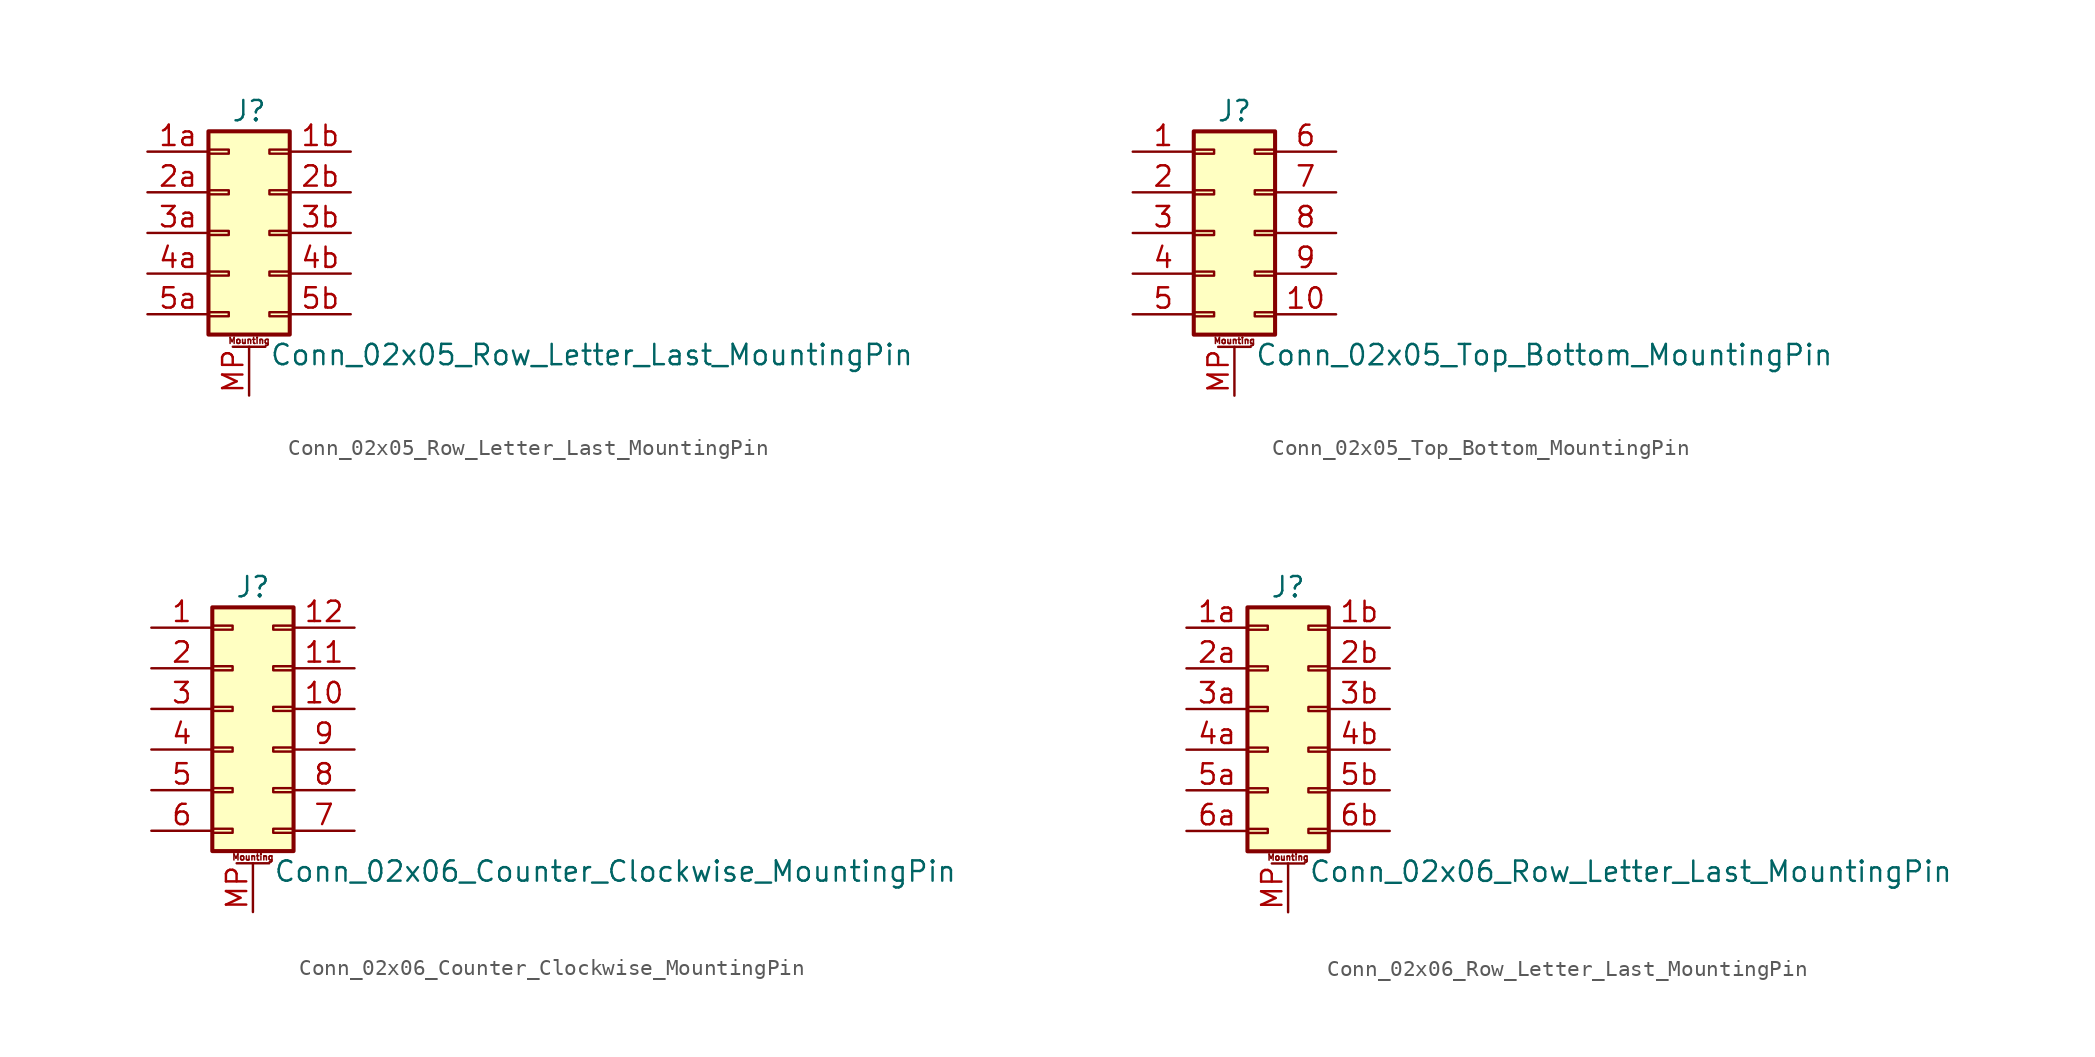
<source format=kicad_sym>
(kicad_symbol_lib
  (version 20220914)
  (generator kicad_symbol_editor)
  (symbol "Conn_02x05_Row_Letter_Last_MountingPin"
    (pin_names
      (offset 1.016) hide)
    (property "Reference" "J"
      (at 1.27 7.62 0)
      (effects (font (size 1.27 1.27))))
    (property "Value" "Conn_02x05_Row_Letter_Last_MountingPin"
      (at 2.54 -7.62 0)
      (effects (font (size 1.27 1.27)) (justify left)))
    (symbol "Conn_02x05_Row_Letter_Last_MountingPin_1_1"
      (rectangle (start -1.27 -4.953) (end 0 -5.207) (stroke (width 0.152) (type default)) (fill (type none)))
      (rectangle (start -1.27 -2.413) (end 0 -2.667) (stroke (width 0.152) (type default)) (fill (type none)))
      (rectangle (start -1.27 0.127) (end 0 -0.127) (stroke (width 0.152) (type default)) (fill (type none)))
      (rectangle (start -1.27 2.667) (end 0 2.413) (stroke (width 0.152) (type default)) (fill (type none)))
      (rectangle (start -1.27 5.207) (end 0 4.953) (stroke (width 0.152) (type default)) (fill (type none)))
      (rectangle (start -1.27 6.35) (end 3.81 -6.35) (stroke (width 0.254) (type default)) (fill (type background)))
      (polyline (pts (xy 0.254 -7.112) (xy 2.286 -7.112)) (stroke (width 0.152) (type default)) (fill (type none)))
      (rectangle (start 3.81 -4.953) (end 2.54 -5.207) (stroke (width 0.152) (type default)) (fill (type none)))
      (rectangle (start 3.81 -2.413) (end 2.54 -2.667) (stroke (width 0.152) (type default)) (fill (type none)))
      (rectangle (start 3.81 0.127) (end 2.54 -0.127) (stroke (width 0.152) (type default)) (fill (type none)))
      (rectangle (start 3.81 2.667) (end 2.54 2.413) (stroke (width 0.152) (type default)) (fill (type none)))
      (rectangle (start 3.81 5.207) (end 2.54 4.953) (stroke (width 0.152) (type default)) (fill (type none)))
      (text "Mounting" (at 1.27 -6.731 0) (effects (font (size 0.381 0.381))))
      (pin passive line (at -5.08 5.08 0) (length 3.81) (name "Pin_1a" (effects (font (size 1.27 1.27)))) (number "1a" (effects (font (size 1.27 1.27)))))
      (pin passive line (at 7.62 5.08 180) (length 3.81) (name "Pin_1b" (effects (font (size 1.27 1.27)))) (number "1b" (effects (font (size 1.27 1.27)))))
      (pin passive line (at -5.08 2.54 0) (length 3.81) (name "Pin_2a" (effects (font (size 1.27 1.27)))) (number "2a" (effects (font (size 1.27 1.27)))))
      (pin passive line (at 7.62 2.54 180) (length 3.81) (name "Pin_2b" (effects (font (size 1.27 1.27)))) (number "2b" (effects (font (size 1.27 1.27)))))
      (pin passive line (at -5.08 0 0) (length 3.81) (name "Pin_3a" (effects (font (size 1.27 1.27)))) (number "3a" (effects (font (size 1.27 1.27)))))
      (pin passive line (at 7.62 0 180) (length 3.81) (name "Pin_3b" (effects (font (size 1.27 1.27)))) (number "3b" (effects (font (size 1.27 1.27)))))
      (pin passive line (at -5.08 -2.54 0) (length 3.81) (name "Pin_4a" (effects (font (size 1.27 1.27)))) (number "4a" (effects (font (size 1.27 1.27)))))
      (pin passive line (at 7.62 -2.54 180) (length 3.81) (name "Pin_4b" (effects (font (size 1.27 1.27)))) (number "4b" (effects (font (size 1.27 1.27)))))
      (pin passive line (at -5.08 -5.08 0) (length 3.81) (name "Pin_5a" (effects (font (size 1.27 1.27)))) (number "5a" (effects (font (size 1.27 1.27)))))
      (pin passive line (at 7.62 -5.08 180) (length 3.81) (name "Pin_5b" (effects (font (size 1.27 1.27)))) (number "5b" (effects (font (size 1.27 1.27)))))
      (pin passive line (at 1.27 -10.16 90) (length 3.048) (name "MountPin" (effects (font (size 1.27 1.27)))) (number "MP" (effects (font (size 1.27 1.27)))))))
  (symbol "Conn_02x05_Top_Bottom_MountingPin"
    (pin_names
      (offset 1.016) hide)
    (property "Reference" "J"
      (at 1.27 7.62 0)
      (effects (font (size 1.27 1.27))))
    (property "Value" "Conn_02x05_Top_Bottom_MountingPin"
      (at 2.54 -7.62 0)
      (effects (font (size 1.27 1.27)) (justify left)))
    (symbol "Conn_02x05_Top_Bottom_MountingPin_1_1"
      (rectangle (start -1.27 -4.953) (end 0 -5.207) (stroke (width 0.152) (type default)) (fill (type none)))
      (rectangle (start -1.27 -2.413) (end 0 -2.667) (stroke (width 0.152) (type default)) (fill (type none)))
      (rectangle (start -1.27 0.127) (end 0 -0.127) (stroke (width 0.152) (type default)) (fill (type none)))
      (rectangle (start -1.27 2.667) (end 0 2.413) (stroke (width 0.152) (type default)) (fill (type none)))
      (rectangle (start -1.27 5.207) (end 0 4.953) (stroke (width 0.152) (type default)) (fill (type none)))
      (rectangle (start -1.27 6.35) (end 3.81 -6.35) (stroke (width 0.254) (type default)) (fill (type background)))
      (polyline (pts (xy 0.254 -7.112) (xy 2.286 -7.112)) (stroke (width 0.152) (type default)) (fill (type none)))
      (rectangle (start 3.81 -4.953) (end 2.54 -5.207) (stroke (width 0.152) (type default)) (fill (type none)))
      (rectangle (start 3.81 -2.413) (end 2.54 -2.667) (stroke (width 0.152) (type default)) (fill (type none)))
      (rectangle (start 3.81 0.127) (end 2.54 -0.127) (stroke (width 0.152) (type default)) (fill (type none)))
      (rectangle (start 3.81 2.667) (end 2.54 2.413) (stroke (width 0.152) (type default)) (fill (type none)))
      (rectangle (start 3.81 5.207) (end 2.54 4.953) (stroke (width 0.152) (type default)) (fill (type none)))
      (text "Mounting" (at 1.27 -6.731 0) (effects (font (size 0.381 0.381))))
      (pin passive line (at -5.08 5.08 0) (length 3.81) (name "Pin_1" (effects (font (size 1.27 1.27)))) (number "1" (effects (font (size 1.27 1.27)))))
      (pin passive line (at 7.62 -5.08 180) (length 3.81) (name "Pin_10" (effects (font (size 1.27 1.27)))) (number "10" (effects (font (size 1.27 1.27)))))
      (pin passive line (at -5.08 2.54 0) (length 3.81) (name "Pin_2" (effects (font (size 1.27 1.27)))) (number "2" (effects (font (size 1.27 1.27)))))
      (pin passive line (at -5.08 0 0) (length 3.81) (name "Pin_3" (effects (font (size 1.27 1.27)))) (number "3" (effects (font (size 1.27 1.27)))))
      (pin passive line (at -5.08 -2.54 0) (length 3.81) (name "Pin_4" (effects (font (size 1.27 1.27)))) (number "4" (effects (font (size 1.27 1.27)))))
      (pin passive line (at -5.08 -5.08 0) (length 3.81) (name "Pin_5" (effects (font (size 1.27 1.27)))) (number "5" (effects (font (size 1.27 1.27)))))
      (pin passive line (at 7.62 5.08 180) (length 3.81) (name "Pin_6" (effects (font (size 1.27 1.27)))) (number "6" (effects (font (size 1.27 1.27)))))
      (pin passive line (at 7.62 2.54 180) (length 3.81) (name "Pin_7" (effects (font (size 1.27 1.27)))) (number "7" (effects (font (size 1.27 1.27)))))
      (pin passive line (at 7.62 0 180) (length 3.81) (name "Pin_8" (effects (font (size 1.27 1.27)))) (number "8" (effects (font (size 1.27 1.27)))))
      (pin passive line (at 7.62 -2.54 180) (length 3.81) (name "Pin_9" (effects (font (size 1.27 1.27)))) (number "9" (effects (font (size 1.27 1.27)))))
      (pin passive line (at 1.27 -10.16 90) (length 3.048) (name "MountPin" (effects (font (size 1.27 1.27)))) (number "MP" (effects (font (size 1.27 1.27)))))))
  (symbol "Conn_02x06_Counter_Clockwise_MountingPin"
    (pin_names
      (offset 1.016) hide)
    (property "Reference" "J"
      (at 1.27 7.62 0)
      (effects (font (size 1.27 1.27))))
    (property "Value" "Conn_02x06_Counter_Clockwise_MountingPin"
      (at 2.54 -10.16 0)
      (effects (font (size 1.27 1.27)) (justify left)))
    (symbol "Conn_02x06_Counter_Clockwise_MountingPin_1_1"
      (rectangle (start -1.27 -7.493) (end 0 -7.747) (stroke (width 0.152) (type default)) (fill (type none)))
      (rectangle (start -1.27 -4.953) (end 0 -5.207) (stroke (width 0.152) (type default)) (fill (type none)))
      (rectangle (start -1.27 -2.413) (end 0 -2.667) (stroke (width 0.152) (type default)) (fill (type none)))
      (rectangle (start -1.27 0.127) (end 0 -0.127) (stroke (width 0.152) (type default)) (fill (type none)))
      (rectangle (start -1.27 2.667) (end 0 2.413) (stroke (width 0.152) (type default)) (fill (type none)))
      (rectangle (start -1.27 5.207) (end 0 4.953) (stroke (width 0.152) (type default)) (fill (type none)))
      (rectangle (start -1.27 6.35) (end 3.81 -8.89) (stroke (width 0.254) (type default)) (fill (type background)))
      (polyline (pts (xy 0.254 -9.652) (xy 2.286 -9.652)) (stroke (width 0.152) (type default)) (fill (type none)))
      (rectangle (start 3.81 -7.493) (end 2.54 -7.747) (stroke (width 0.152) (type default)) (fill (type none)))
      (rectangle (start 3.81 -4.953) (end 2.54 -5.207) (stroke (width 0.152) (type default)) (fill (type none)))
      (rectangle (start 3.81 -2.413) (end 2.54 -2.667) (stroke (width 0.152) (type default)) (fill (type none)))
      (rectangle (start 3.81 0.127) (end 2.54 -0.127) (stroke (width 0.152) (type default)) (fill (type none)))
      (rectangle (start 3.81 2.667) (end 2.54 2.413) (stroke (width 0.152) (type default)) (fill (type none)))
      (rectangle (start 3.81 5.207) (end 2.54 4.953) (stroke (width 0.152) (type default)) (fill (type none)))
      (text "Mounting" (at 1.27 -9.271 0) (effects (font (size 0.381 0.381))))
      (pin passive line (at -5.08 5.08 0) (length 3.81) (name "Pin_1" (effects (font (size 1.27 1.27)))) (number "1" (effects (font (size 1.27 1.27)))))
      (pin passive line (at 7.62 0 180) (length 3.81) (name "Pin_10" (effects (font (size 1.27 1.27)))) (number "10" (effects (font (size 1.27 1.27)))))
      (pin passive line (at 7.62 2.54 180) (length 3.81) (name "Pin_11" (effects (font (size 1.27 1.27)))) (number "11" (effects (font (size 1.27 1.27)))))
      (pin passive line (at 7.62 5.08 180) (length 3.81) (name "Pin_12" (effects (font (size 1.27 1.27)))) (number "12" (effects (font (size 1.27 1.27)))))
      (pin passive line (at -5.08 2.54 0) (length 3.81) (name "Pin_2" (effects (font (size 1.27 1.27)))) (number "2" (effects (font (size 1.27 1.27)))))
      (pin passive line (at -5.08 0 0) (length 3.81) (name "Pin_3" (effects (font (size 1.27 1.27)))) (number "3" (effects (font (size 1.27 1.27)))))
      (pin passive line (at -5.08 -2.54 0) (length 3.81) (name "Pin_4" (effects (font (size 1.27 1.27)))) (number "4" (effects (font (size 1.27 1.27)))))
      (pin passive line (at -5.08 -5.08 0) (length 3.81) (name "Pin_5" (effects (font (size 1.27 1.27)))) (number "5" (effects (font (size 1.27 1.27)))))
      (pin passive line (at -5.08 -7.62 0) (length 3.81) (name "Pin_6" (effects (font (size 1.27 1.27)))) (number "6" (effects (font (size 1.27 1.27)))))
      (pin passive line (at 7.62 -7.62 180) (length 3.81) (name "Pin_7" (effects (font (size 1.27 1.27)))) (number "7" (effects (font (size 1.27 1.27)))))
      (pin passive line (at 7.62 -5.08 180) (length 3.81) (name "Pin_8" (effects (font (size 1.27 1.27)))) (number "8" (effects (font (size 1.27 1.27)))))
      (pin passive line (at 7.62 -2.54 180) (length 3.81) (name "Pin_9" (effects (font (size 1.27 1.27)))) (number "9" (effects (font (size 1.27 1.27)))))
      (pin passive line (at 1.27 -12.7 90) (length 3.048) (name "MountPin" (effects (font (size 1.27 1.27)))) (number "MP" (effects (font (size 1.27 1.27)))))))
  (symbol "Conn_02x06_Row_Letter_Last_MountingPin"
    (pin_names
      (offset 1.016) hide)
    (property "Reference" "J"
      (at 1.27 7.62 0)
      (effects (font (size 1.27 1.27))))
    (property "Value" "Conn_02x06_Row_Letter_Last_MountingPin"
      (at 2.54 -10.16 0)
      (effects (font (size 1.27 1.27)) (justify left)))
    (symbol "Conn_02x06_Row_Letter_Last_MountingPin_1_1"
      (rectangle (start -1.27 -7.493) (end 0 -7.747) (stroke (width 0.152) (type default)) (fill (type none)))
      (rectangle (start -1.27 -4.953) (end 0 -5.207) (stroke (width 0.152) (type default)) (fill (type none)))
      (rectangle (start -1.27 -2.413) (end 0 -2.667) (stroke (width 0.152) (type default)) (fill (type none)))
      (rectangle (start -1.27 0.127) (end 0 -0.127) (stroke (width 0.152) (type default)) (fill (type none)))
      (rectangle (start -1.27 2.667) (end 0 2.413) (stroke (width 0.152) (type default)) (fill (type none)))
      (rectangle (start -1.27 5.207) (end 0 4.953) (stroke (width 0.152) (type default)) (fill (type none)))
      (rectangle (start -1.27 6.35) (end 3.81 -8.89) (stroke (width 0.254) (type default)) (fill (type background)))
      (polyline (pts (xy 0.254 -9.652) (xy 2.286 -9.652)) (stroke (width 0.152) (type default)) (fill (type none)))
      (rectangle (start 3.81 -7.493) (end 2.54 -7.747) (stroke (width 0.152) (type default)) (fill (type none)))
      (rectangle (start 3.81 -4.953) (end 2.54 -5.207) (stroke (width 0.152) (type default)) (fill (type none)))
      (rectangle (start 3.81 -2.413) (end 2.54 -2.667) (stroke (width 0.152) (type default)) (fill (type none)))
      (rectangle (start 3.81 0.127) (end 2.54 -0.127) (stroke (width 0.152) (type default)) (fill (type none)))
      (rectangle (start 3.81 2.667) (end 2.54 2.413) (stroke (width 0.152) (type default)) (fill (type none)))
      (rectangle (start 3.81 5.207) (end 2.54 4.953) (stroke (width 0.152) (type default)) (fill (type none)))
      (text "Mounting" (at 1.27 -9.271 0) (effects (font (size 0.381 0.381))))
      (pin passive line (at -5.08 5.08 0) (length 3.81) (name "Pin_1a" (effects (font (size 1.27 1.27)))) (number "1a" (effects (font (size 1.27 1.27)))))
      (pin passive line (at 7.62 5.08 180) (length 3.81) (name "Pin_1b" (effects (font (size 1.27 1.27)))) (number "1b" (effects (font (size 1.27 1.27)))))
      (pin passive line (at -5.08 2.54 0) (length 3.81) (name "Pin_2a" (effects (font (size 1.27 1.27)))) (number "2a" (effects (font (size 1.27 1.27)))))
      (pin passive line (at 7.62 2.54 180) (length 3.81) (name "Pin_2b" (effects (font (size 1.27 1.27)))) (number "2b" (effects (font (size 1.27 1.27)))))
      (pin passive line (at -5.08 0 0) (length 3.81) (name "Pin_3a" (effects (font (size 1.27 1.27)))) (number "3a" (effects (font (size 1.27 1.27)))))
      (pin passive line (at 7.62 0 180) (length 3.81) (name "Pin_3b" (effects (font (size 1.27 1.27)))) (number "3b" (effects (font (size 1.27 1.27)))))
      (pin passive line (at -5.08 -2.54 0) (length 3.81) (name "Pin_4a" (effects (font (size 1.27 1.27)))) (number "4a" (effects (font (size 1.27 1.27)))))
      (pin passive line (at 7.62 -2.54 180) (length 3.81) (name "Pin_4b" (effects (font (size 1.27 1.27)))) (number "4b" (effects (font (size 1.27 1.27)))))
      (pin passive line (at -5.08 -5.08 0) (length 3.81) (name "Pin_5a" (effects (font (size 1.27 1.27)))) (number "5a" (effects (font (size 1.27 1.27)))))
      (pin passive line (at 7.62 -5.08 180) (length 3.81) (name "Pin_5b" (effects (font (size 1.27 1.27)))) (number "5b" (effects (font (size 1.27 1.27)))))
      (pin passive line (at -5.08 -7.62 0) (length 3.81) (name "Pin_6a" (effects (font (size 1.27 1.27)))) (number "6a" (effects (font (size 1.27 1.27)))))
      (pin passive line (at 7.62 -7.62 180) (length 3.81) (name "Pin_6b" (effects (font (size 1.27 1.27)))) (number "6b" (effects (font (size 1.27 1.27)))))
      (pin passive line (at 1.27 -12.7 90) (length 3.048) (name "MountPin" (effects (font (size 1.27 1.27)))) (number "MP" (effects (font (size 1.27 1.27))))))))
</source>
